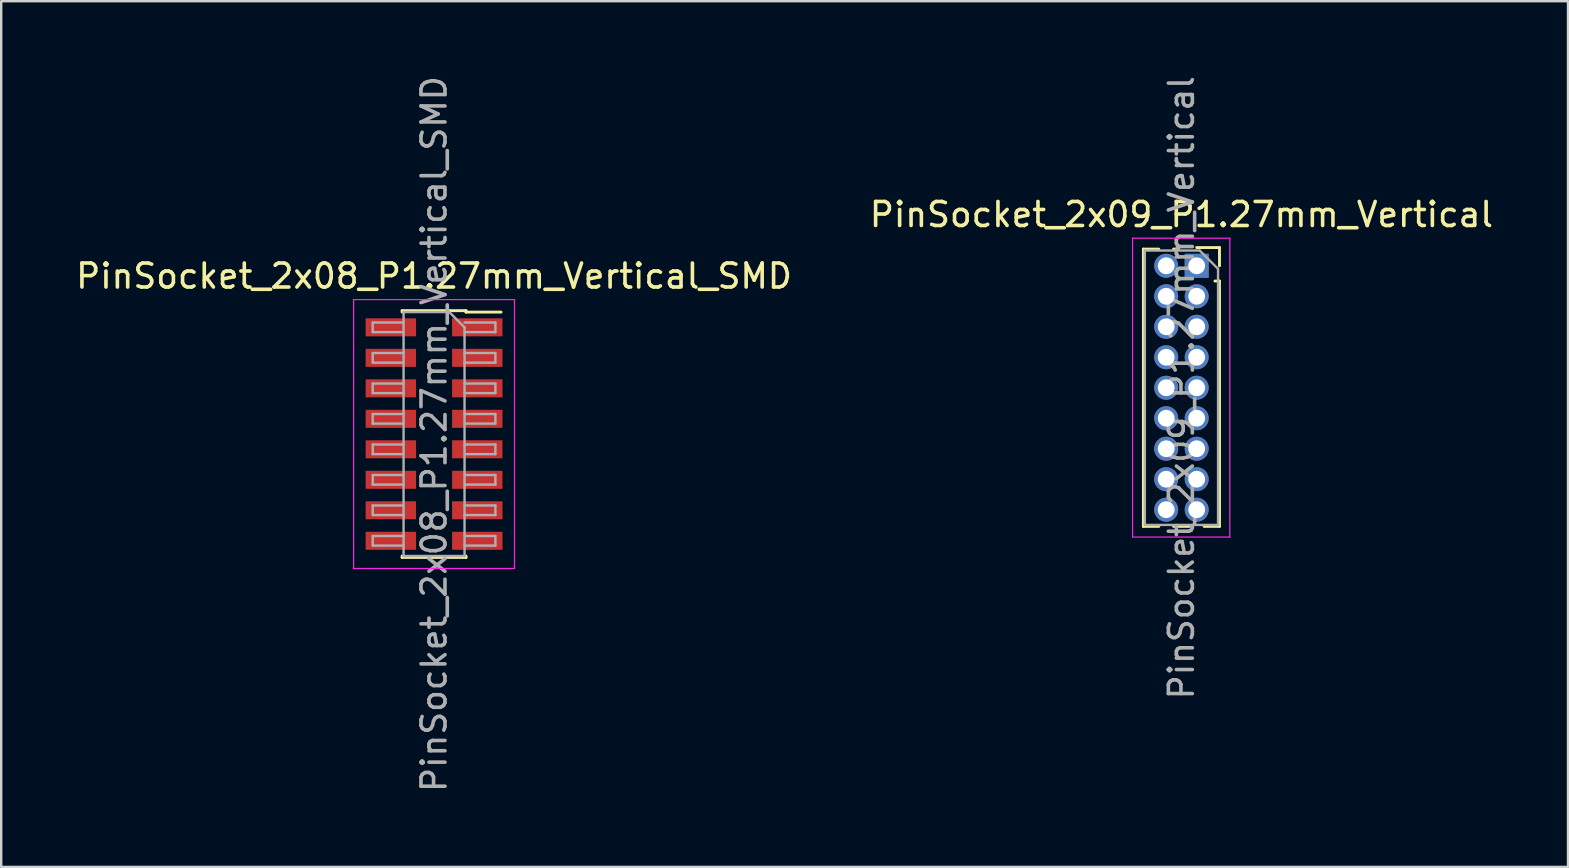
<source format=kicad_pcb>
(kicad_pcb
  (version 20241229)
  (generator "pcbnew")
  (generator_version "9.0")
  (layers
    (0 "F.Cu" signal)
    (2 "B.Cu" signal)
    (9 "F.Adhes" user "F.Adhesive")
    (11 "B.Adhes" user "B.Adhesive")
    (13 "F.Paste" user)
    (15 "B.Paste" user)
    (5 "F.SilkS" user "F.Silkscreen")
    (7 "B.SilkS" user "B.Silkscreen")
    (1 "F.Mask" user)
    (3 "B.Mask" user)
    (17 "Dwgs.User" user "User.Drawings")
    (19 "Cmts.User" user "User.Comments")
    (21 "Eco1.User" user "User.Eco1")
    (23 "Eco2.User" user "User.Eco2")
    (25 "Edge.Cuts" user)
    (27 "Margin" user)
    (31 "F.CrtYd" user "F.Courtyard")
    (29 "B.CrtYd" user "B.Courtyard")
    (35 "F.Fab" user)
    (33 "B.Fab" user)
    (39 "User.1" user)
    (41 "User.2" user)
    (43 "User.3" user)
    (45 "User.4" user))
  (footprint "PinSocket_2x09_P1.27mm_Vertical"
    (layer "F.Cu")
    (at 46.796 8.021)
    (property "Reference" "PinSocket_2x09_P1.27mm_Vertical" (at -0.635 -2.135 0) (layer "F.SilkS") (effects (font (size 1 1) (thickness 0.15))))
    (attr through_hole)
    (fp_line (start -2.22 -0.695) (end -2.22 10.855) (stroke (width 0.12) (type solid)) (layer "F.SilkS"))
    (fp_line (start -2.22 -0.695) (end -1.578 -0.695) (stroke (width 0.12) (type solid)) (layer "F.SilkS"))
    (fp_line (start -2.22 10.855) (end -1.578 10.855) (stroke (width 0.12) (type solid)) (layer "F.SilkS"))
    (fp_line (start -0.962 -0.695) (end -0.76 -0.695) (stroke (width 0.12) (type solid)) (layer "F.SilkS"))
    (fp_line (start -0.962 10.855) (end -0.308 10.855) (stroke (width 0.12) (type solid)) (layer "F.SilkS"))
    (fp_line (start 0 -0.76) (end 0.95 -0.76) (stroke (width 0.12) (type solid)) (layer "F.SilkS"))
    (fp_line (start 0.308 10.855) (end 0.95 10.855) (stroke (width 0.12) (type solid)) (layer "F.SilkS"))
    (fp_line (start 0.76 0.635) (end 0.95 0.635) (stroke (width 0.12) (type solid)) (layer "F.SilkS"))
    (fp_line (start 0.95 -0.76) (end 0.95 0) (stroke (width 0.12) (type solid)) (layer "F.SilkS"))
    (fp_line (start 0.95 0.635) (end 0.95 10.855) (stroke (width 0.12) (type solid)) (layer "F.SilkS"))
    (fp_line (start -2.67 -1.15) (end 1.38 -1.15) (stroke (width 0.05) (type solid)) (layer "F.CrtYd"))
    (fp_line (start -2.67 11.3) (end -2.67 -1.15) (stroke (width 0.05) (type solid)) (layer "F.CrtYd"))
    (fp_line (start 1.38 -1.15) (end 1.38 11.3) (stroke (width 0.05) (type solid)) (layer "F.CrtYd"))
    (fp_line (start 1.38 11.3) (end -2.67 11.3) (stroke (width 0.05) (type solid)) (layer "F.CrtYd"))
    (fp_line (start -2.16 -0.635) (end 0.128 -0.635) (stroke (width 0.1) (type solid)) (layer "F.Fab"))
    (fp_line (start -2.16 10.795) (end -2.16 -0.635) (stroke (width 0.1) (type solid)) (layer "F.Fab"))
    (fp_line (start 0.128 -0.635) (end 0.89 0.128) (stroke (width 0.1) (type solid)) (layer "F.Fab"))
    (fp_line (start 0.89 0.128) (end 0.89 10.795) (stroke (width 0.1) (type solid)) (layer "F.Fab"))
    (fp_line (start 0.89 10.795) (end -2.16 10.795) (stroke (width 0.1) (type solid)) (layer "F.Fab"))
    (fp_text user "${REFERENCE}" (at -0.635 5.08 90) (layer "F.Fab") (effects (font (size 1 1) (thickness 0.15))))
    (pad "1" thru_hole rect (at 0 0) (size 1 1) (drill 0.7) (layers "*.Cu" "*.Mask"))
    (pad "2" thru_hole oval (at -1.27 0) (size 1 1) (drill 0.7) (layers "*.Cu" "*.Mask"))
    (pad "3" thru_hole oval (at 0 1.27) (size 1 1) (drill 0.7) (layers "*.Cu" "*.Mask"))
    (pad "4" thru_hole oval (at -1.27 1.27) (size 1 1) (drill 0.7) (layers "*.Cu" "*.Mask"))
    (pad "5" thru_hole oval (at 0 2.54) (size 1 1) (drill 0.7) (layers "*.Cu" "*.Mask"))
    (pad "6" thru_hole oval (at -1.27 2.54) (size 1 1) (drill 0.7) (layers "*.Cu" "*.Mask"))
    (pad "7" thru_hole oval (at 0 3.81) (size 1 1) (drill 0.7) (layers "*.Cu" "*.Mask"))
    (pad "8" thru_hole oval (at -1.27 3.81) (size 1 1) (drill 0.7) (layers "*.Cu" "*.Mask"))
    (pad "9" thru_hole oval (at 0 5.08) (size 1 1) (drill 0.7) (layers "*.Cu" "*.Mask"))
    (pad "10" thru_hole oval (at -1.27 5.08) (size 1 1) (drill 0.7) (layers "*.Cu" "*.Mask"))
    (pad "11" thru_hole oval (at 0 6.35) (size 1 1) (drill 0.7) (layers "*.Cu" "*.Mask"))
    (pad "12" thru_hole oval (at -1.27 6.35) (size 1 1) (drill 0.7) (layers "*.Cu" "*.Mask"))
    (pad "13" thru_hole oval (at 0 7.62) (size 1 1) (drill 0.7) (layers "*.Cu" "*.Mask"))
    (pad "14" thru_hole oval (at -1.27 7.62) (size 1 1) (drill 0.7) (layers "*.Cu" "*.Mask"))
    (pad "15" thru_hole oval (at 0 8.89) (size 1 1) (drill 0.7) (layers "*.Cu" "*.Mask"))
    (pad "16" thru_hole oval (at -1.27 8.89) (size 1 1) (drill 0.7) (layers "*.Cu" "*.Mask"))
    (pad "17" thru_hole oval (at 0 10.16) (size 1 1) (drill 0.7) (layers "*.Cu" "*.Mask"))
    (pad "18" thru_hole oval (at -1.27 10.16) (size 1 1) (drill 0.7) (layers "*.Cu" "*.Mask")))
  (footprint "PinSocket_2x08_P1.27mm_Vertical_SMD"
    (layer "F.Cu")
    (at 15.03 15.03)
    (property "Reference" "PinSocket_2x08_P1.27mm_Vertical_SMD" (at 0 -6.58 0) (layer "F.SilkS") (effects (font (size 1 1) (thickness 0.15))))
    (attr smd)
    (fp_line (start -1.33 -5.14) (end -1.33 -5.08) (stroke (width 0.12) (type solid)) (layer "F.SilkS"))
    (fp_line (start -1.33 -5.14) (end 1.33 -5.14) (stroke (width 0.12) (type solid)) (layer "F.SilkS"))
    (fp_line (start -1.33 5.08) (end -1.33 5.14) (stroke (width 0.12) (type solid)) (layer "F.SilkS"))
    (fp_line (start -1.33 5.14) (end 1.33 5.14) (stroke (width 0.12) (type solid)) (layer "F.SilkS"))
    (fp_line (start 1.33 -5.14) (end 1.33 -5.08) (stroke (width 0.12) (type solid)) (layer "F.SilkS"))
    (fp_line (start 1.33 -5.08) (end 2.79 -5.08) (stroke (width 0.12) (type solid)) (layer "F.SilkS"))
    (fp_line (start 1.33 5.08) (end 1.33 5.14) (stroke (width 0.12) (type solid)) (layer "F.SilkS"))
    (fp_line (start -3.35 -5.6) (end 3.35 -5.6) (stroke (width 0.05) (type solid)) (layer "F.CrtYd"))
    (fp_line (start -3.35 5.6) (end -3.35 -5.6) (stroke (width 0.05) (type solid)) (layer "F.CrtYd"))
    (fp_line (start 3.35 -5.6) (end 3.35 5.6) (stroke (width 0.05) (type solid)) (layer "F.CrtYd"))
    (fp_line (start 3.35 5.6) (end -3.35 5.6) (stroke (width 0.05) (type solid)) (layer "F.CrtYd"))
    (fp_line (start -2.555 -4.645) (end -1.27 -4.645) (stroke (width 0.1) (type solid)) (layer "F.Fab"))
    (fp_line (start -2.555 -4.245) (end -2.555 -4.645) (stroke (width 0.1) (type solid)) (layer "F.Fab"))
    (fp_line (start -2.555 -3.375) (end -1.27 -3.375) (stroke (width 0.1) (type solid)) (layer "F.Fab"))
    (fp_line (start -2.555 -2.975) (end -2.555 -3.375) (stroke (width 0.1) (type solid)) (layer "F.Fab"))
    (fp_line (start -2.555 -2.105) (end -1.27 -2.105) (stroke (width 0.1) (type solid)) (layer "F.Fab"))
    (fp_line (start -2.555 -1.705) (end -2.555 -2.105) (stroke (width 0.1) (type solid)) (layer "F.Fab"))
    (fp_line (start -2.555 -0.835) (end -1.27 -0.835) (stroke (width 0.1) (type solid)) (layer "F.Fab"))
    (fp_line (start -2.555 -0.435) (end -2.555 -0.835) (stroke (width 0.1) (type solid)) (layer "F.Fab"))
    (fp_line (start -2.555 0.435) (end -1.27 0.435) (stroke (width 0.1) (type solid)) (layer "F.Fab"))
    (fp_line (start -2.555 0.835) (end -2.555 0.435) (stroke (width 0.1) (type solid)) (layer "F.Fab"))
    (fp_line (start -2.555 1.705) (end -1.27 1.705) (stroke (width 0.1) (type solid)) (layer "F.Fab"))
    (fp_line (start -2.555 2.105) (end -2.555 1.705) (stroke (width 0.1) (type solid)) (layer "F.Fab"))
    (fp_line (start -2.555 2.975) (end -1.27 2.975) (stroke (width 0.1) (type solid)) (layer "F.Fab"))
    (fp_line (start -2.555 3.375) (end -2.555 2.975) (stroke (width 0.1) (type solid)) (layer "F.Fab"))
    (fp_line (start -2.555 4.245) (end -1.27 4.245) (stroke (width 0.1) (type solid)) (layer "F.Fab"))
    (fp_line (start -2.555 4.645) (end -2.555 4.245) (stroke (width 0.1) (type solid)) (layer "F.Fab"))
    (fp_line (start -1.27 -5.08) (end 0.635 -5.08) (stroke (width 0.1) (type solid)) (layer "F.Fab"))
    (fp_line (start -1.27 -4.245) (end -2.555 -4.245) (stroke (width 0.1) (type solid)) (layer "F.Fab"))
    (fp_line (start -1.27 -2.975) (end -2.555 -2.975) (stroke (width 0.1) (type solid)) (layer "F.Fab"))
    (fp_line (start -1.27 -1.705) (end -2.555 -1.705) (stroke (width 0.1) (type solid)) (layer "F.Fab"))
    (fp_line (start -1.27 -0.435) (end -2.555 -0.435) (stroke (width 0.1) (type solid)) (layer "F.Fab"))
    (fp_line (start -1.27 0.835) (end -2.555 0.835) (stroke (width 0.1) (type solid)) (layer "F.Fab"))
    (fp_line (start -1.27 2.105) (end -2.555 2.105) (stroke (width 0.1) (type solid)) (layer "F.Fab"))
    (fp_line (start -1.27 3.375) (end -2.555 3.375) (stroke (width 0.1) (type solid)) (layer "F.Fab"))
    (fp_line (start -1.27 4.645) (end -2.555 4.645) (stroke (width 0.1) (type solid)) (layer "F.Fab"))
    (fp_line (start -1.27 5.08) (end -1.27 -5.08) (stroke (width 0.1) (type solid)) (layer "F.Fab"))
    (fp_line (start 0.635 -5.08) (end 1.27 -4.445) (stroke (width 0.1) (type solid)) (layer "F.Fab"))
    (fp_line (start 1.27 -4.645) (end 2.555 -4.645) (stroke (width 0.1) (type solid)) (layer "F.Fab"))
    (fp_line (start 1.27 -4.445) (end 1.27 5.08) (stroke (width 0.1) (type solid)) (layer "F.Fab"))
    (fp_line (start 1.27 -3.375) (end 2.555 -3.375) (stroke (width 0.1) (type solid)) (layer "F.Fab"))
    (fp_line (start 1.27 -2.105) (end 2.555 -2.105) (stroke (width 0.1) (type solid)) (layer "F.Fab"))
    (fp_line (start 1.27 -0.835) (end 2.555 -0.835) (stroke (width 0.1) (type solid)) (layer "F.Fab"))
    (fp_line (start 1.27 0.435) (end 2.555 0.435) (stroke (width 0.1) (type solid)) (layer "F.Fab"))
    (fp_line (start 1.27 1.705) (end 2.555 1.705) (stroke (width 0.1) (type solid)) (layer "F.Fab"))
    (fp_line (start 1.27 2.975) (end 2.555 2.975) (stroke (width 0.1) (type solid)) (layer "F.Fab"))
    (fp_line (start 1.27 4.245) (end 2.555 4.245) (stroke (width 0.1) (type solid)) (layer "F.Fab"))
    (fp_line (start 1.27 5.08) (end -1.27 5.08) (stroke (width 0.1) (type solid)) (layer "F.Fab"))
    (fp_line (start 2.555 -4.645) (end 2.555 -4.245) (stroke (width 0.1) (type solid)) (layer "F.Fab"))
    (fp_line (start 2.555 -4.245) (end 1.27 -4.245) (stroke (width 0.1) (type solid)) (layer "F.Fab"))
    (fp_line (start 2.555 -3.375) (end 2.555 -2.975) (stroke (width 0.1) (type solid)) (layer "F.Fab"))
    (fp_line (start 2.555 -2.975) (end 1.27 -2.975) (stroke (width 0.1) (type solid)) (layer "F.Fab"))
    (fp_line (start 2.555 -2.105) (end 2.555 -1.705) (stroke (width 0.1) (type solid)) (layer "F.Fab"))
    (fp_line (start 2.555 -1.705) (end 1.27 -1.705) (stroke (width 0.1) (type solid)) (layer "F.Fab"))
    (fp_line (start 2.555 -0.835) (end 2.555 -0.435) (stroke (width 0.1) (type solid)) (layer "F.Fab"))
    (fp_line (start 2.555 -0.435) (end 1.27 -0.435) (stroke (width 0.1) (type solid)) (layer "F.Fab"))
    (fp_line (start 2.555 0.435) (end 2.555 0.835) (stroke (width 0.1) (type solid)) (layer "F.Fab"))
    (fp_line (start 2.555 0.835) (end 1.27 0.835) (stroke (width 0.1) (type solid)) (layer "F.Fab"))
    (fp_line (start 2.555 1.705) (end 2.555 2.105) (stroke (width 0.1) (type solid)) (layer "F.Fab"))
    (fp_line (start 2.555 2.105) (end 1.27 2.105) (stroke (width 0.1) (type solid)) (layer "F.Fab"))
    (fp_line (start 2.555 2.975) (end 2.555 3.375) (stroke (width 0.1) (type solid)) (layer "F.Fab"))
    (fp_line (start 2.555 3.375) (end 1.27 3.375) (stroke (width 0.1) (type solid)) (layer "F.Fab"))
    (fp_line (start 2.555 4.245) (end 2.555 4.645) (stroke (width 0.1) (type solid)) (layer "F.Fab"))
    (fp_line (start 2.555 4.645) (end 1.27 4.645) (stroke (width 0.1) (type solid)) (layer "F.Fab"))
    (fp_text user "${REFERENCE}" (at 0 0 90) (layer "F.Fab") (effects (font (size 1 1) (thickness 0.15))))
    (pad "1" smd rect (at 1.8 -4.445) (size 2.1 0.75) (layers "F.Cu" "F.Mask" "F.Paste"))
    (pad "2" smd rect (at -1.8 -4.445) (size 2.1 0.75) (layers "F.Cu" "F.Mask" "F.Paste"))
    (pad "3" smd rect (at 1.8 -3.175) (size 2.1 0.75) (layers "F.Cu" "F.Mask" "F.Paste"))
    (pad "4" smd rect (at -1.8 -3.175) (size 2.1 0.75) (layers "F.Cu" "F.Mask" "F.Paste"))
    (pad "5" smd rect (at 1.8 -1.905) (size 2.1 0.75) (layers "F.Cu" "F.Mask" "F.Paste"))
    (pad "6" smd rect (at -1.8 -1.905) (size 2.1 0.75) (layers "F.Cu" "F.Mask" "F.Paste"))
    (pad "7" smd rect (at 1.8 -0.635) (size 2.1 0.75) (layers "F.Cu" "F.Mask" "F.Paste"))
    (pad "8" smd rect (at -1.8 -0.635) (size 2.1 0.75) (layers "F.Cu" "F.Mask" "F.Paste"))
    (pad "9" smd rect (at 1.8 0.635) (size 2.1 0.75) (layers "F.Cu" "F.Mask" "F.Paste"))
    (pad "10" smd rect (at -1.8 0.635) (size 2.1 0.75) (layers "F.Cu" "F.Mask" "F.Paste"))
    (pad "11" smd rect (at 1.8 1.905) (size 2.1 0.75) (layers "F.Cu" "F.Mask" "F.Paste"))
    (pad "12" smd rect (at -1.8 1.905) (size 2.1 0.75) (layers "F.Cu" "F.Mask" "F.Paste"))
    (pad "13" smd rect (at 1.8 3.175) (size 2.1 0.75) (layers "F.Cu" "F.Mask" "F.Paste"))
    (pad "14" smd rect (at -1.8 3.175) (size 2.1 0.75) (layers "F.Cu" "F.Mask" "F.Paste"))
    (pad "15" smd rect (at 1.8 4.445) (size 2.1 0.75) (layers "F.Cu" "F.Mask" "F.Paste"))
    (pad "16" smd rect (at -1.8 4.445) (size 2.1 0.75) (layers "F.Cu" "F.Mask" "F.Paste")))
  (gr_rect
    (start -3 -3)
    (end 62.262 33.06)
    (stroke (width 0.1) (type default))
    (fill no)
    (layer "Edge.Cuts")))
</source>
